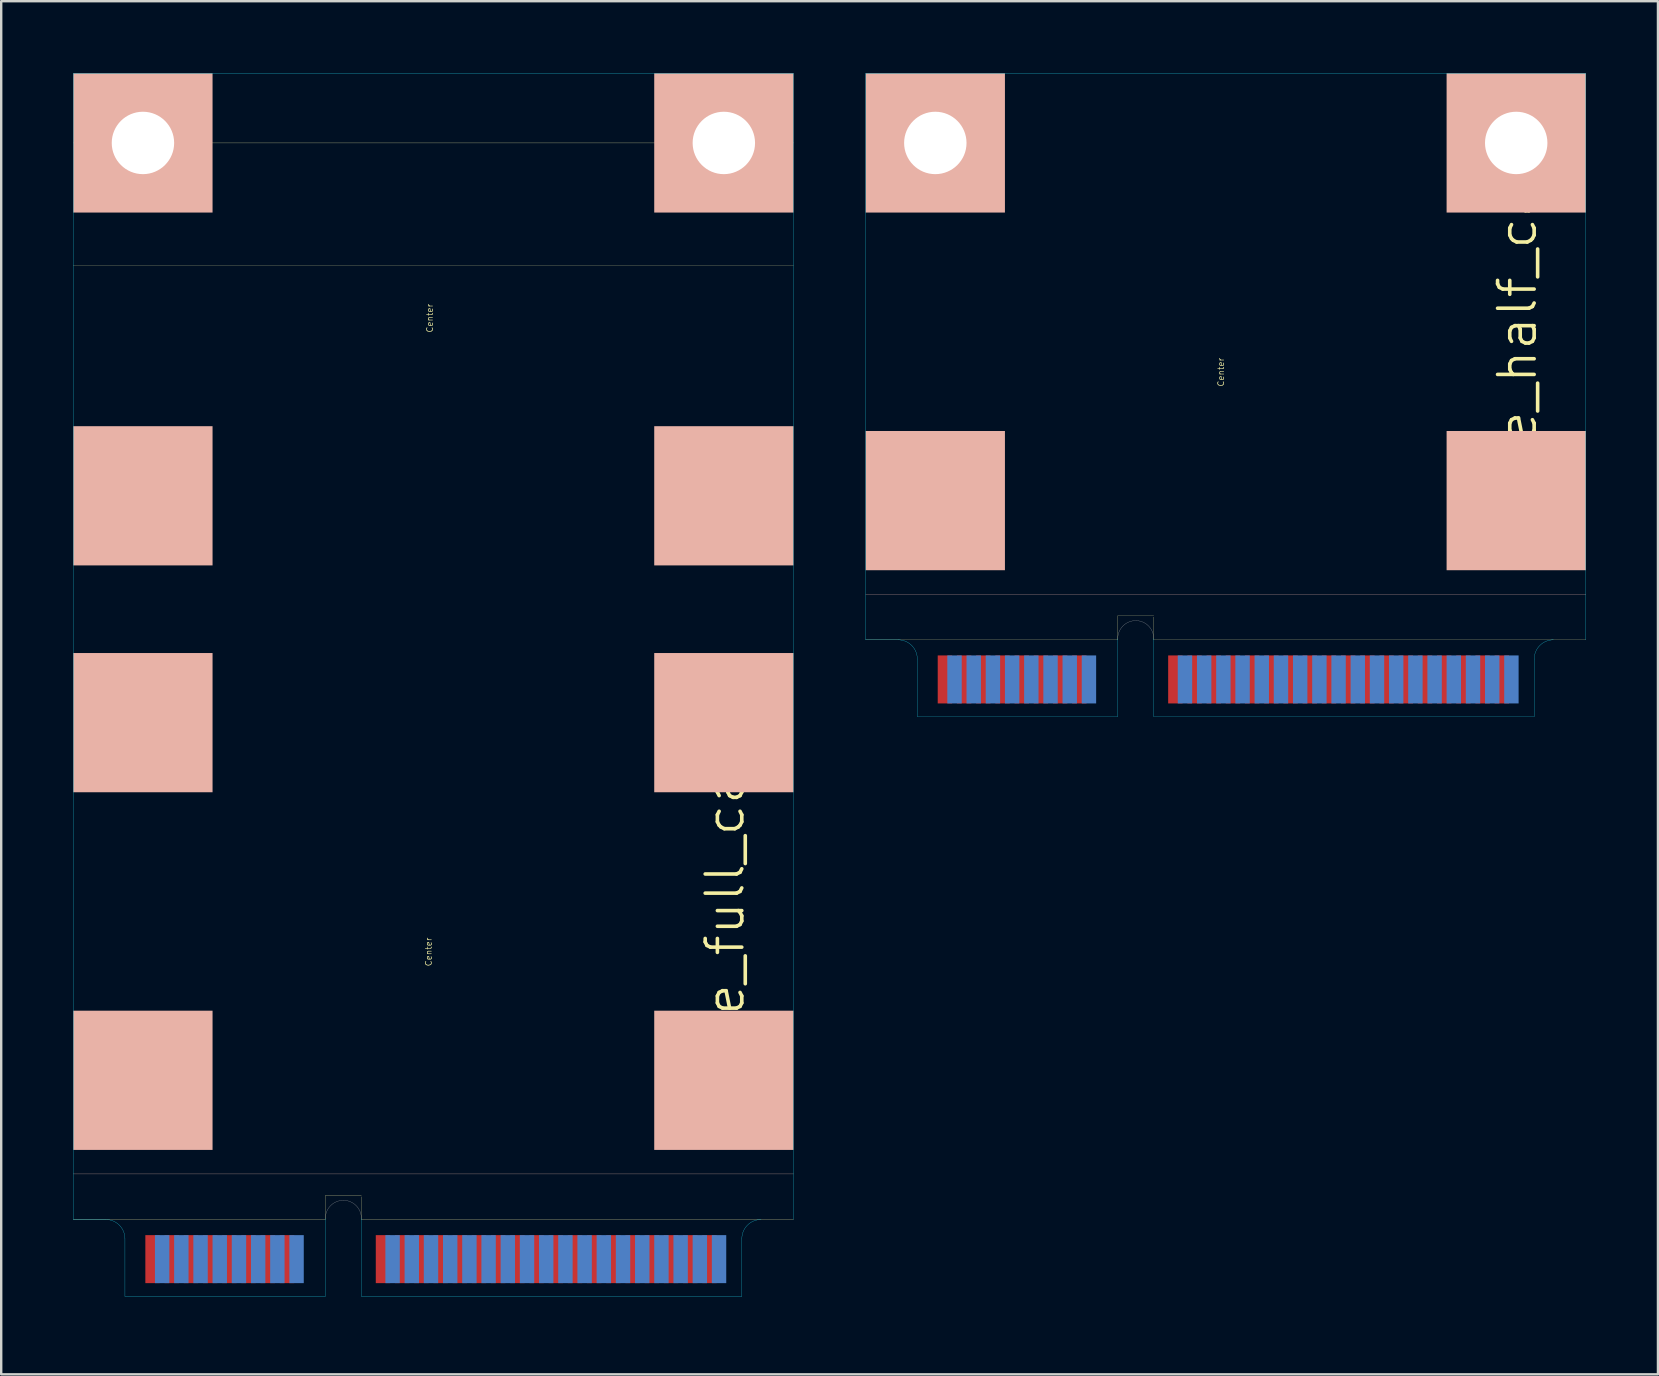
<source format=kicad_pcb>
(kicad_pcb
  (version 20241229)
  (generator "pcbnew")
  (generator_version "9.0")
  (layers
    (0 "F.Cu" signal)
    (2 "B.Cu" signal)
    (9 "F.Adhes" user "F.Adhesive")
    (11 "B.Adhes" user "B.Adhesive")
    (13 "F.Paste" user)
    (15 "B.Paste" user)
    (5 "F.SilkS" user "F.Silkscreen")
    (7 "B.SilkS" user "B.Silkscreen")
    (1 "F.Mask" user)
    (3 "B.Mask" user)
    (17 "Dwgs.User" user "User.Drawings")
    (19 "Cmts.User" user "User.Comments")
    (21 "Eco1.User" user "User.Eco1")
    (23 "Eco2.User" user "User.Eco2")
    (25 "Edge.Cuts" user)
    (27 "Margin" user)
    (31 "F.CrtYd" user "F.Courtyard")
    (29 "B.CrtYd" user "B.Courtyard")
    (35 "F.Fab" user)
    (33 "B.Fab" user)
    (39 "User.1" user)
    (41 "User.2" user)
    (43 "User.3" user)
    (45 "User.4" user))
  (footprint "MPCIe_full_card"
    (layer "F.Cu")
    (at 15.005 50.955)
    (property "Reference" "MPCIe_full_card" (at 12.15 -15.2 90) (layer "F.SilkS") (effects (font (size 1.524 1.524) (thickness 0.15))))
    (attr through_hole)
    (fp_line (start -15 -3.2) (end -4.5 -3.2) (stroke (width 0.01) (type solid)) (layer "F.SilkS"))
    (fp_line (start -4.5 -4.2) (end -3 -4.2) (stroke (width 0.01) (type solid)) (layer "F.SilkS"))
    (fp_line (start -4.5 -3.2) (end -4.5 -4.2) (stroke (width 0.01) (type solid)) (layer "F.SilkS"))
    (fp_line (start -3 -4.15) (end -3 -3.2) (stroke (width 0.01) (type solid)) (layer "F.SilkS"))
    (fp_line (start -3 -3.2) (end 15 -3.2) (stroke (width 0.01) (type solid)) (layer "F.SilkS"))
    (fp_line (start 15 -48.05) (end -15 -48.05) (stroke (width 0.01) (type solid)) (layer "F.SilkS"))
    (fp_line (start 15 -42.95) (end -15 -42.95) (stroke (width 0.01) (type solid)) (layer "F.SilkS"))
    (fp_line (start -15 -5.1) (end 15 -5.1) (stroke (width 0.01) (type solid)) (layer "B.SilkS"))
    (fp_line (start -3.75 -4.5) (end -3.75 -0.15) (stroke (width 0.01) (type solid)) (layer "Eco1.User"))
    (fp_line (start 0 0) (end 0 -50.95) (stroke (width 0.01) (type solid)) (layer "Eco1.User"))
    (fp_line (start 15 -3.2) (end 13.65 -3.2) (stroke (width 0.01) (type solid)) (layer "Eco2.User"))
    (fp_line (start -15 -50.95) (end -15 -3.2) (stroke (width 0.01) (type solid)) (layer "B.CrtYd"))
    (fp_line (start -13.65 -3.2) (end -15 -3.2) (stroke (width 0.01) (type solid)) (layer "B.CrtYd"))
    (fp_line (start -12.85 0) (end -12.85 -2.4) (stroke (width 0.01) (type solid)) (layer "B.CrtYd"))
    (fp_line (start -4.5 0) (end -12.85 0) (stroke (width 0.01) (type solid)) (layer "B.CrtYd"))
    (fp_line (start -4.5 0) (end -4.5 -3.25) (stroke (width 0.01) (type solid)) (layer "B.CrtYd"))
    (fp_line (start -3 0) (end -3 -3.25) (stroke (width 0.01) (type solid)) (layer "B.CrtYd"))
    (fp_line (start -3 0) (end 12.85 0) (stroke (width 0.01) (type solid)) (layer "B.CrtYd"))
    (fp_line (start 12.85 0) (end 12.85 -2.4) (stroke (width 0.01) (type solid)) (layer "B.CrtYd"))
    (fp_line (start 15 -50.95) (end -15 -50.95) (stroke (width 0.01) (type solid)) (layer "B.CrtYd"))
    (fp_line (start 15 -3.2) (end 15 -50.95) (stroke (width 0.01) (type solid)) (layer "B.CrtYd"))
    (fp_arc (start -13.65 -3.2) (mid -13.084315 -2.965685) (end -12.85 -2.4) (stroke (width 0.01) (type solid)) (layer "B.CrtYd"))
    (fp_arc (start 12.85 -2.4) (mid 13.084315 -2.965685) (end 13.65 -3.2) (stroke (width 0.01) (type solid)) (layer "B.CrtYd"))
    (fp_arc (start -4.5 -3.25) (mid -3.75 -4) (end -3 -3.25) (stroke (width 0.01) (type solid)) (layer "F.Fab"))
    (fp_text user "Center" (at -0.15 -40.75 90) (layer "F.SilkS") (effects (font (size 0.25 0.25) (thickness 0.025))))
    (fp_text user "Center" (at -0.2 -14.35 90) (layer "F.SilkS") (effects (font (size 0.25 0.25) (thickness 0.025))))
    (pad "" np_thru_hole circle (at -12.1 -48.05) (size 2.6 2.6) (drill 2.6) (layers "*.Cu" "*.Mask" "F.SilkS"))
    (pad "" connect rect (at -12.1 -48.05) (size 5.8 5.8) (layers "B.SilkS"))
    (pad "" connect rect (at -12.1 -33.35) (size 5.8 5.8) (layers "B.SilkS"))
    (pad "" connect rect (at -12.1 -23.9) (size 5.8 5.8) (layers "B.SilkS"))
    (pad "" connect rect (at -12.1 -9) (size 5.8 5.8) (layers "B.SilkS"))
    (pad "" np_thru_hole circle (at 12.1 -48.05) (size 2.6 2.6) (drill 2.6) (layers "*.Cu" "*.Mask" "F.SilkS"))
    (pad "" connect rect (at 12.1 -48.05) (size 5.8 5.8) (layers "B.SilkS"))
    (pad "" connect rect (at 12.1 -33.35) (size 5.8 5.8) (layers "B.SilkS"))
    (pad "" connect rect (at 12.1 -23.9) (size 5.8 5.8) (layers "B.SilkS"))
    (pad "" connect rect (at 12.1 -9) (size 5.8 5.8) (layers "B.SilkS"))
    (pad "1" smd rect (at -11.7 -1.55) (size 0.6 2) (layers "F.Cu" "F.Mask" "F.Paste"))
    (pad "2" smd rect (at -11.3 -1.55) (size 0.6 2) (layers "B.Cu" "B.Mask" "B.Paste"))
    (pad "3" smd rect (at -10.9 -1.55) (size 0.6 2) (layers "F.Cu" "F.Mask" "F.Paste"))
    (pad "4" smd rect (at -10.5 -1.55) (size 0.6 2) (layers "B.Cu" "B.Mask" "B.Paste"))
    (pad "5" smd rect (at -10.1 -1.55) (size 0.6 2) (layers "F.Cu" "F.Mask" "F.Paste"))
    (pad "6" smd rect (at -9.7 -1.55) (size 0.6 2) (layers "B.Cu" "B.Mask" "B.Paste"))
    (pad "7" smd rect (at -9.3 -1.55) (size 0.6 2) (layers "F.Cu" "F.Mask" "F.Paste"))
    (pad "8" smd rect (at -8.9 -1.55) (size 0.6 2) (layers "B.Cu" "B.Mask" "B.Paste"))
    (pad "9" smd rect (at -8.5 -1.55) (size 0.6 2) (layers "F.Cu" "F.Mask" "F.Paste"))
    (pad "10" smd rect (at -8.1 -1.55) (size 0.6 2) (layers "B.Cu" "B.Mask" "B.Paste"))
    (pad "11" smd rect (at -7.7 -1.55) (size 0.6 2) (layers "F.Cu" "F.Mask" "F.Paste"))
    (pad "12" smd rect (at -7.3 -1.55) (size 0.6 2) (layers "B.Cu" "B.Mask" "B.Paste"))
    (pad "13" smd rect (at -6.9 -1.55) (size 0.6 2) (layers "F.Cu" "F.Mask" "F.Paste"))
    (pad "14" smd rect (at -6.5 -1.55) (size 0.6 2) (layers "B.Cu" "B.Mask" "B.Paste"))
    (pad "15" smd rect (at -6.1 -1.55) (size 0.6 2) (layers "F.Cu" "F.Mask" "F.Paste"))
    (pad "16" smd rect (at -5.7 -1.55) (size 0.6 2) (layers "B.Cu" "B.Mask" "B.Paste"))
    (pad "17" smd rect (at -2.1 -1.55) (size 0.6 2) (layers "F.Cu" "F.Mask" "F.Paste"))
    (pad "18" smd rect (at -1.7 -1.55) (size 0.6 2) (layers "B.Cu" "B.Mask" "B.Paste"))
    (pad "19" smd rect (at -1.3 -1.55) (size 0.6 2) (layers "F.Cu" "F.Mask" "F.Paste"))
    (pad "20" smd rect (at -0.9 -1.55) (size 0.6 2) (layers "B.Cu" "B.Mask" "B.Paste"))
    (pad "21" smd rect (at -0.5 -1.55) (size 0.6 2) (layers "F.Cu" "F.Mask" "F.Paste"))
    (pad "22" smd rect (at -0.1 -1.55) (size 0.6 2) (layers "B.Cu" "B.Mask" "B.Paste"))
    (pad "23" smd rect (at 0.3 -1.55) (size 0.6 2) (layers "F.Cu" "F.Mask" "F.Paste"))
    (pad "24" smd rect (at 0.7 -1.55) (size 0.6 2) (layers "B.Cu" "B.Mask" "B.Paste"))
    (pad "25" smd rect (at 1.1 -1.55) (size 0.6 2) (layers "F.Cu" "F.Mask" "F.Paste"))
    (pad "26" smd rect (at 1.5 -1.55) (size 0.6 2) (layers "B.Cu" "B.Mask" "B.Paste"))
    (pad "27" smd rect (at 1.9 -1.55) (size 0.6 2) (layers "F.Cu" "F.Mask" "F.Paste"))
    (pad "28" smd rect (at 2.3 -1.55) (size 0.6 2) (layers "B.Cu" "B.Mask" "B.Paste"))
    (pad "29" smd rect (at 2.7 -1.55) (size 0.6 2) (layers "F.Cu" "F.Mask" "F.Paste"))
    (pad "30" smd rect (at 3.1 -1.55) (size 0.6 2) (layers "B.Cu" "B.Mask" "B.Paste"))
    (pad "31" smd rect (at 3.5 -1.55) (size 0.6 2) (layers "F.Cu" "F.Mask" "F.Paste"))
    (pad "32" smd rect (at 3.9 -1.55) (size 0.6 2) (layers "B.Cu" "B.Mask" "B.Paste"))
    (pad "33" smd rect (at 4.3 -1.55) (size 0.6 2) (layers "F.Cu" "F.Mask" "F.Paste"))
    (pad "34" smd rect (at 4.7 -1.55) (size 0.6 2) (layers "B.Cu" "B.Mask" "B.Paste"))
    (pad "35" smd rect (at 5.1 -1.55) (size 0.6 2) (layers "F.Cu" "F.Mask" "F.Paste"))
    (pad "36" smd rect (at 5.5 -1.55) (size 0.6 2) (layers "B.Cu" "B.Mask" "B.Paste"))
    (pad "37" smd rect (at 5.9 -1.55) (size 0.6 2) (layers "F.Cu" "F.Mask" "F.Paste"))
    (pad "38" smd rect (at 6.3 -1.55) (size 0.6 2) (layers "B.Cu" "B.Mask" "B.Paste"))
    (pad "39" smd rect (at 6.7 -1.55) (size 0.6 2) (layers "F.Cu" "F.Mask" "F.Paste"))
    (pad "40" smd rect (at 7.1 -1.55) (size 0.6 2) (layers "B.Cu" "B.Mask" "B.Paste"))
    (pad "41" smd rect (at 7.5 -1.55) (size 0.6 2) (layers "F.Cu" "F.Mask" "F.Paste"))
    (pad "42" smd rect (at 7.9 -1.55) (size 0.6 2) (layers "B.Cu" "B.Mask" "B.Paste"))
    (pad "43" smd rect (at 8.3 -1.55) (size 0.6 2) (layers "F.Cu" "F.Mask" "F.Paste"))
    (pad "44" smd rect (at 8.7 -1.55) (size 0.6 2) (layers "B.Cu" "B.Mask" "B.Paste"))
    (pad "45" smd rect (at 9.1 -1.55) (size 0.6 2) (layers "F.Cu" "F.Mask" "F.Paste"))
    (pad "46" smd rect (at 9.5 -1.55) (size 0.6 2) (layers "B.Cu" "B.Mask" "B.Paste"))
    (pad "47" smd rect (at 9.9 -1.55) (size 0.6 2) (layers "F.Cu" "F.Mask" "F.Paste"))
    (pad "48" smd rect (at 10.3 -1.55) (size 0.6 2) (layers "B.Cu" "B.Mask" "B.Paste"))
    (pad "49" smd rect (at 10.7 -1.55) (size 0.6 2) (layers "F.Cu" "F.Mask" "F.Paste"))
    (pad "50" smd rect (at 11.1 -1.55) (size 0.6 2) (layers "B.Cu" "B.Mask" "B.Paste"))
    (pad "51" smd rect (at 11.5 -1.55) (size 0.6 2) (layers "F.Cu" "F.Mask" "F.Paste"))
    (pad "52" smd rect (at 11.9 -1.55) (size 0.6 2) (layers "B.Cu" "B.Mask" "B.Paste")))
  (footprint "MPCIe_half_card"
    (layer "F.Cu")
    (at 48.015 26.805)
    (property "Reference" "MPCIe_half_card" (at 12.15 -15.2 90) (layer "F.SilkS") (effects (font (size 1.524 1.524) (thickness 0.15))))
    (attr through_hole)
    (fp_line (start -15 -3.2) (end -4.5 -3.2) (stroke (width 0.01) (type solid)) (layer "F.SilkS"))
    (fp_line (start -4.5 -4.2) (end -3 -4.2) (stroke (width 0.01) (type solid)) (layer "F.SilkS"))
    (fp_line (start -4.5 -3.2) (end -4.5 -4.2) (stroke (width 0.01) (type solid)) (layer "F.SilkS"))
    (fp_line (start -3 -4.15) (end -3 -3.2) (stroke (width 0.01) (type solid)) (layer "F.SilkS"))
    (fp_line (start -3 -3.2) (end 15 -3.2) (stroke (width 0.01) (type solid)) (layer "F.SilkS"))
    (fp_line (start -15 -5.1) (end 15 -5.1) (stroke (width 0.01) (type solid)) (layer "B.SilkS"))
    (fp_line (start -3.75 -4.5) (end -3.75 -0.15) (stroke (width 0.01) (type solid)) (layer "Eco1.User"))
    (fp_line (start 0 0) (end 0 -26.8) (stroke (width 0.01) (type solid)) (layer "Eco1.User"))
    (fp_line (start 15 -3.2) (end 13.65 -3.2) (stroke (width 0.01) (type solid)) (layer "Eco2.User"))
    (fp_line (start -15 -26.8) (end -15 -3.2) (stroke (width 0.01) (type solid)) (layer "B.CrtYd"))
    (fp_line (start -13.65 -3.2) (end -15 -3.2) (stroke (width 0.01) (type solid)) (layer "B.CrtYd"))
    (fp_line (start -12.85 0) (end -12.85 -2.4) (stroke (width 0.01) (type solid)) (layer "B.CrtYd"))
    (fp_line (start -4.5 0) (end -12.85 0) (stroke (width 0.01) (type solid)) (layer "B.CrtYd"))
    (fp_line (start -4.5 0) (end -4.5 -3.25) (stroke (width 0.01) (type solid)) (layer "B.CrtYd"))
    (fp_line (start -3 0) (end -3 -3.25) (stroke (width 0.01) (type solid)) (layer "B.CrtYd"))
    (fp_line (start -3 0) (end 12.85 0) (stroke (width 0.01) (type solid)) (layer "B.CrtYd"))
    (fp_line (start 12.85 0) (end 12.85 -2.4) (stroke (width 0.01) (type solid)) (layer "B.CrtYd"))
    (fp_line (start 15 -26.8) (end -15 -26.8) (stroke (width 0.01) (type solid)) (layer "B.CrtYd"))
    (fp_line (start 15 -3.2) (end 15 -26.8) (stroke (width 0.01) (type solid)) (layer "B.CrtYd"))
    (fp_arc (start -13.65 -3.2) (mid -13.084315 -2.965685) (end -12.85 -2.4) (stroke (width 0.01) (type solid)) (layer "B.CrtYd"))
    (fp_arc (start 12.85 -2.4) (mid 13.084315 -2.965685) (end 13.65 -3.2) (stroke (width 0.01) (type solid)) (layer "B.CrtYd"))
    (fp_arc (start -4.5 -3.25) (mid -3.75 -4) (end -3 -3.25) (stroke (width 0.01) (type solid)) (layer "F.Fab"))
    (fp_text user "Center" (at -0.2 -14.35 90) (layer "F.SilkS") (effects (font (size 0.25 0.25) (thickness 0.025))))
    (pad "" np_thru_hole circle (at -12.1 -23.9) (size 2.6 2.6) (drill 2.6) (layers "*.Cu" "*.Mask" "F.SilkS"))
    (pad "" connect rect (at -12.1 -23.9) (size 5.8 5.8) (layers "B.SilkS"))
    (pad "" connect rect (at -12.1 -9) (size 5.8 5.8) (layers "B.SilkS"))
    (pad "" np_thru_hole circle (at 12.1 -23.9) (size 2.6 2.6) (drill 2.6) (layers "*.Cu" "*.Mask" "F.SilkS"))
    (pad "" connect rect (at 12.1 -23.9) (size 5.8 5.8) (layers "B.SilkS"))
    (pad "" connect rect (at 12.1 -9) (size 5.8 5.8) (layers "B.SilkS"))
    (pad "1" smd rect (at -11.7 -1.55) (size 0.6 2) (layers "F.Cu" "F.Mask" "F.Paste"))
    (pad "2" smd rect (at -11.3 -1.55) (size 0.6 2) (layers "F.Mask" "B.Cu" "F.Paste"))
    (pad "3" smd rect (at -10.9 -1.55) (size 0.6 2) (layers "F.Cu" "F.Mask" "F.Paste"))
    (pad "4" smd rect (at -10.5 -1.55) (size 0.6 2) (layers "F.Mask" "B.Cu" "F.Paste"))
    (pad "5" smd rect (at -10.1 -1.55) (size 0.6 2) (layers "F.Cu" "F.Mask" "F.Paste"))
    (pad "6" smd rect (at -9.7 -1.55) (size 0.6 2) (layers "F.Mask" "B.Cu" "F.Paste"))
    (pad "7" smd rect (at -9.3 -1.55) (size 0.6 2) (layers "F.Cu" "F.Mask" "F.Paste"))
    (pad "8" smd rect (at -8.9 -1.55) (size 0.6 2) (layers "F.Mask" "B.Cu" "F.Paste"))
    (pad "9" smd rect (at -8.5 -1.55) (size 0.6 2) (layers "F.Cu" "F.Mask" "F.Paste"))
    (pad "10" smd rect (at -8.1 -1.55) (size 0.6 2) (layers "F.Mask" "B.Cu" "F.Paste"))
    (pad "11" smd rect (at -7.7 -1.55) (size 0.6 2) (layers "F.Cu" "F.Mask" "F.Paste"))
    (pad "12" smd rect (at -7.3 -1.55) (size 0.6 2) (layers "F.Mask" "B.Cu" "F.Paste"))
    (pad "13" smd rect (at -6.9 -1.55) (size 0.6 2) (layers "F.Cu" "F.Mask" "F.Paste"))
    (pad "14" smd rect (at -6.5 -1.55) (size 0.6 2) (layers "F.Mask" "B.Cu" "F.Paste"))
    (pad "15" smd rect (at -6.1 -1.55) (size 0.6 2) (layers "F.Cu" "F.Mask" "F.Paste"))
    (pad "16" smd rect (at -5.7 -1.55) (size 0.6 2) (layers "F.Mask" "B.Cu" "F.Paste"))
    (pad "17" smd rect (at -2.1 -1.55) (size 0.6 2) (layers "F.Cu" "F.Mask" "F.Paste"))
    (pad "18" smd rect (at -1.7 -1.55) (size 0.6 2) (layers "F.Mask" "B.Cu" "F.Paste"))
    (pad "19" smd rect (at -1.3 -1.55) (size 0.6 2) (layers "F.Cu" "F.Mask" "F.Paste"))
    (pad "20" smd rect (at -0.9 -1.55) (size 0.6 2) (layers "F.Mask" "B.Cu" "F.Paste"))
    (pad "21" smd rect (at -0.5 -1.55) (size 0.6 2) (layers "F.Cu" "F.Mask" "F.Paste"))
    (pad "22" smd rect (at -0.1 -1.55) (size 0.6 2) (layers "F.Mask" "B.Cu" "F.Paste"))
    (pad "23" smd rect (at 0.3 -1.55) (size 0.6 2) (layers "F.Cu" "F.Mask" "F.Paste"))
    (pad "24" smd rect (at 0.7 -1.55) (size 0.6 2) (layers "F.Mask" "B.Cu" "F.Paste"))
    (pad "25" smd rect (at 1.1 -1.55) (size 0.6 2) (layers "F.Cu" "F.Mask" "F.Paste"))
    (pad "26" smd rect (at 1.5 -1.55) (size 0.6 2) (layers "F.Mask" "B.Cu" "F.Paste"))
    (pad "27" smd rect (at 1.9 -1.55) (size 0.6 2) (layers "F.Cu" "F.Mask" "F.Paste"))
    (pad "28" smd rect (at 2.3 -1.55) (size 0.6 2) (layers "F.Mask" "B.Cu" "F.Paste"))
    (pad "29" smd rect (at 2.7 -1.55) (size 0.6 2) (layers "F.Cu" "F.Mask" "F.Paste"))
    (pad "30" smd rect (at 3.1 -1.55) (size 0.6 2) (layers "F.Mask" "B.Cu" "F.Paste"))
    (pad "31" smd rect (at 3.5 -1.55) (size 0.6 2) (layers "F.Cu" "F.Mask" "F.Paste"))
    (pad "32" smd rect (at 3.9 -1.55) (size 0.6 2) (layers "F.Mask" "B.Cu" "F.Paste"))
    (pad "33" smd rect (at 4.3 -1.55) (size 0.6 2) (layers "F.Cu" "F.Mask" "F.Paste"))
    (pad "34" smd rect (at 4.7 -1.55) (size 0.6 2) (layers "F.Mask" "B.Cu" "F.Paste"))
    (pad "35" smd rect (at 5.1 -1.55) (size 0.6 2) (layers "F.Cu" "F.Mask" "F.Paste"))
    (pad "36" smd rect (at 5.5 -1.55) (size 0.6 2) (layers "F.Mask" "B.Cu" "F.Paste"))
    (pad "37" smd rect (at 5.9 -1.55) (size 0.6 2) (layers "F.Cu" "F.Mask" "F.Paste"))
    (pad "38" smd rect (at 6.3 -1.55) (size 0.6 2) (layers "F.Mask" "B.Cu" "F.Paste"))
    (pad "39" smd rect (at 6.7 -1.55) (size 0.6 2) (layers "F.Cu" "F.Mask" "F.Paste"))
    (pad "40" smd rect (at 7.1 -1.55) (size 0.6 2) (layers "F.Mask" "B.Cu" "F.Paste"))
    (pad "41" smd rect (at 7.5 -1.55) (size 0.6 2) (layers "F.Cu" "F.Mask" "F.Paste"))
    (pad "42" smd rect (at 7.9 -1.55) (size 0.6 2) (layers "F.Mask" "B.Cu" "F.Paste"))
    (pad "43" smd rect (at 8.3 -1.55) (size 0.6 2) (layers "F.Cu" "F.Mask" "F.Paste"))
    (pad "44" smd rect (at 8.7 -1.55) (size 0.6 2) (layers "F.Mask" "B.Cu" "F.Paste"))
    (pad "45" smd rect (at 9.1 -1.55) (size 0.6 2) (layers "F.Cu" "F.Mask" "F.Paste"))
    (pad "46" smd rect (at 9.5 -1.55) (size 0.6 2) (layers "F.Mask" "B.Cu" "F.Paste"))
    (pad "47" smd rect (at 9.9 -1.55) (size 0.6 2) (layers "F.Cu" "F.Mask" "F.Paste"))
    (pad "48" smd rect (at 10.3 -1.55) (size 0.6 2) (layers "F.Mask" "B.Cu" "F.Paste"))
    (pad "49" smd rect (at 10.7 -1.55) (size 0.6 2) (layers "F.Cu" "F.Mask" "F.Paste"))
    (pad "50" smd rect (at 11.1 -1.55) (size 0.6 2) (layers "F.Mask" "B.Cu" "F.Paste"))
    (pad "51" smd rect (at 11.5 -1.55) (size 0.6 2) (layers "F.Cu" "F.Mask" "F.Paste"))
    (pad "52" smd rect (at 11.9 -1.55) (size 0.6 2) (layers "F.Mask" "B.Cu" "F.Paste")))
  (gr_rect
    (start -3 -3)
    (end 66.02 54.205)
    (stroke (width 0.1) (type default))
    (fill no)
    (layer "Edge.Cuts")))
</source>
